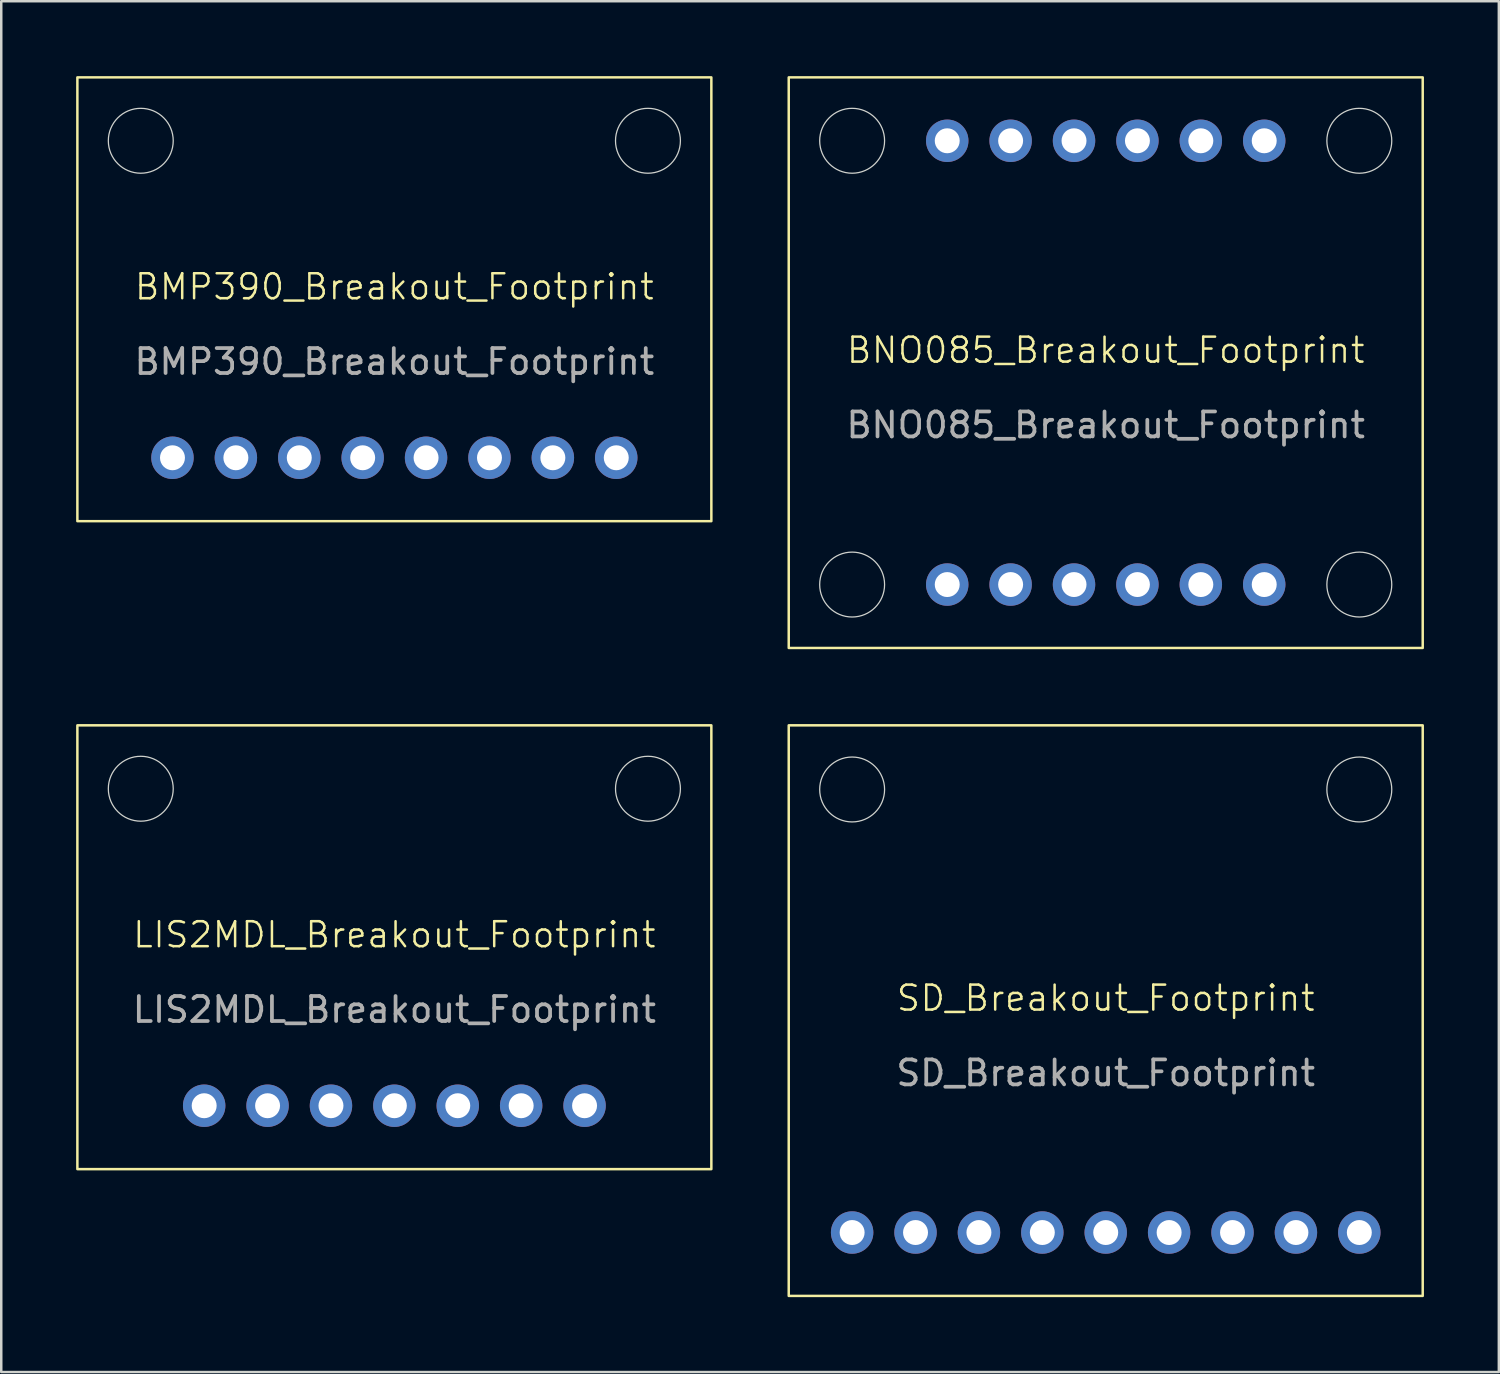
<source format=kicad_pcb>
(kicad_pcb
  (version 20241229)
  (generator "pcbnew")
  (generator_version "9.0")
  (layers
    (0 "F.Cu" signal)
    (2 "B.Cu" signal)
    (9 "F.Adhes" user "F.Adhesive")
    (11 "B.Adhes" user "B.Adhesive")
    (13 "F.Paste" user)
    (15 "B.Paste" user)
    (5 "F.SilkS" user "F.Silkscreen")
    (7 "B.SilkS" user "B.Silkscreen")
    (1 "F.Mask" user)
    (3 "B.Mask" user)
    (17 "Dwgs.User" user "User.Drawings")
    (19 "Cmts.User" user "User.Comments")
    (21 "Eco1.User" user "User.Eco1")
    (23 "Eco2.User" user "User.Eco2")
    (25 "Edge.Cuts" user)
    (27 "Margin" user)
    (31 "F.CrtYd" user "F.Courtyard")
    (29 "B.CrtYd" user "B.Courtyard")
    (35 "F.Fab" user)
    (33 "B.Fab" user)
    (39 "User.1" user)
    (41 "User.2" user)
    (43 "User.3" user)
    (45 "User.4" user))
  (footprint "LIS2MDL_Breakout_Footprint"
    (layer "F.Cu")
    (at 12.75 34.9)
    (property "Reference" "LIS2MDL_Breakout_Footprint" (at 0 -0.5 0) (unlocked yes) (layer "F.SilkS") (effects (font (size 1 1) (thickness 0.1))))
    (attr smd)
    (fp_rect (start -12.7 -8.89) (end 12.7 8.89) (stroke (width 0.1) (type solid)) (fill no) (layer "F.SilkS"))
    (fp_circle (center -10.16 -6.35) (end -8.86 -6.35) (stroke (width 0.05) (type solid)) (fill no) (layer "Edge.Cuts"))
    (fp_circle (center 10.16 -6.35) (end 11.46 -6.35) (stroke (width 0.05) (type solid)) (fill no) (layer "Edge.Cuts"))
    (fp_text user "${REFERENCE}" (at 0 2.5 0) (unlocked yes) (layer "F.Fab") (effects (font (size 1 1) (thickness 0.15))))
    (pad "1" thru_hole circle (at -7.62 6.35) (size 1.7 1.7) (drill 1) (layers "*.Cu" "*.Mask"))
    (pad "2" thru_hole circle (at -5.08 6.35) (size 1.7 1.7) (drill 1) (layers "*.Cu" "*.Mask"))
    (pad "3" thru_hole circle (at -2.54 6.35) (size 1.7 1.7) (drill 1) (layers "*.Cu" "*.Mask"))
    (pad "4" thru_hole circle (at 0 6.35) (size 1.7 1.7) (drill 1) (layers "*.Cu" "*.Mask"))
    (pad "5" thru_hole circle (at 2.54 6.35) (size 1.7 1.7) (drill 1) (layers "*.Cu" "*.Mask"))
    (pad "6" thru_hole circle (at 5.08 6.35) (size 1.7 1.7) (drill 1) (layers "*.Cu" "*.Mask"))
    (pad "7" thru_hole circle (at 7.62 6.35) (size 1.7 1.7) (drill 1) (layers "*.Cu" "*.Mask")))
  (footprint "BNO085_Breakout_Footprint"
    (layer "F.Cu")
    (at 41.25 11.48)
    (property "Reference" "BNO085_Breakout_Footprint" (at 0 -0.5 0) (unlocked yes) (layer "F.SilkS") (effects (font (size 1 1) (thickness 0.1))))
    (attr smd)
    (fp_rect (start -12.7 -11.43) (end 12.7 11.43) (stroke (width 0.1) (type solid)) (fill no) (layer "F.SilkS"))
    (fp_circle (center -10.16 -8.89) (end -8.86 -8.89) (stroke (width 0.05) (type solid)) (fill no) (layer "Edge.Cuts"))
    (fp_circle (center -10.16 8.89) (end -8.86 8.89) (stroke (width 0.05) (type solid)) (fill no) (layer "Edge.Cuts"))
    (fp_circle (center 10.16 -8.89) (end 11.46 -8.89) (stroke (width 0.05) (type solid)) (fill no) (layer "Edge.Cuts"))
    (fp_circle (center 10.16 8.89) (end 11.46 8.89) (stroke (width 0.05) (type solid)) (fill no) (layer "Edge.Cuts"))
    (fp_text user "${REFERENCE}" (at 0 2.5 0) (unlocked yes) (layer "F.Fab") (effects (font (size 1 1) (thickness 0.15))))
    (pad "1" thru_hole circle (at -6.35 8.89) (size 1.7 1.7) (drill 1) (layers "*.Cu" "*.Mask"))
    (pad "2" thru_hole circle (at -3.81 8.89) (size 1.7 1.7) (drill 1) (layers "*.Cu" "*.Mask"))
    (pad "3" thru_hole circle (at -1.27 8.89) (size 1.7 1.7) (drill 1) (layers "*.Cu" "*.Mask"))
    (pad "4" thru_hole circle (at 1.27 8.89) (size 1.7 1.7) (drill 1) (layers "*.Cu" "*.Mask"))
    (pad "5" thru_hole circle (at 3.81 8.89) (size 1.7 1.7) (drill 1) (layers "*.Cu" "*.Mask"))
    (pad "6" thru_hole circle (at 6.35 8.89) (size 1.7 1.7) (drill 1) (layers "*.Cu" "*.Mask"))
    (pad "7" thru_hole circle (at -6.35 -8.89) (size 1.7 1.7) (drill 1) (layers "*.Cu" "*.Mask"))
    (pad "8" thru_hole circle (at -3.81 -8.89) (size 1.7 1.7) (drill 1) (layers "*.Cu" "*.Mask"))
    (pad "9" thru_hole circle (at -1.27 -8.89) (size 1.7 1.7) (drill 1) (layers "*.Cu" "*.Mask"))
    (pad "10" thru_hole circle (at 1.27 -8.89) (size 1.7 1.7) (drill 1) (layers "*.Cu" "*.Mask"))
    (pad "11" thru_hole circle (at 3.81 -8.89) (size 1.7 1.7) (drill 1) (layers "*.Cu" "*.Mask"))
    (pad "12" thru_hole circle (at 6.35 -8.89) (size 1.7 1.7) (drill 1) (layers "*.Cu" "*.Mask")))
  (footprint "BMP390_Breakout_Footprint"
    (layer "F.Cu")
    (at 12.75 8.94)
    (property "Reference" "BMP390_Breakout_Footprint" (at 0 -0.5 0) (unlocked yes) (layer "F.SilkS") (effects (font (size 1 1) (thickness 0.1))))
    (attr smd)
    (fp_rect (start -12.7 -8.89) (end 12.7 8.89) (stroke (width 0.1) (type solid)) (fill no) (layer "F.SilkS"))
    (fp_circle (center -10.16 -6.35) (end -8.86 -6.35) (stroke (width 0.05) (type solid)) (fill no) (layer "Edge.Cuts"))
    (fp_circle (center 10.16 -6.35) (end 11.46 -6.35) (stroke (width 0.05) (type solid)) (fill no) (layer "Edge.Cuts"))
    (fp_text user "${REFERENCE}" (at 0 2.5 0) (unlocked yes) (layer "F.Fab") (effects (font (size 1 1) (thickness 0.15))))
    (pad "1" thru_hole circle (at -8.89 6.35) (size 1.7 1.7) (drill 1) (layers "*.Cu" "*.Mask"))
    (pad "2" thru_hole circle (at -6.35 6.35) (size 1.7 1.7) (drill 1) (layers "*.Cu" "*.Mask"))
    (pad "3" thru_hole circle (at -3.81 6.35) (size 1.7 1.7) (drill 1) (layers "*.Cu" "*.Mask"))
    (pad "4" thru_hole circle (at -1.27 6.35) (size 1.7 1.7) (drill 1) (layers "*.Cu" "*.Mask"))
    (pad "5" thru_hole circle (at 1.27 6.35) (size 1.7 1.7) (drill 1) (layers "*.Cu" "*.Mask"))
    (pad "6" thru_hole circle (at 3.81 6.35) (size 1.7 1.7) (drill 1) (layers "*.Cu" "*.Mask"))
    (pad "7" thru_hole circle (at 6.35 6.35) (size 1.7 1.7) (drill 1) (layers "*.Cu" "*.Mask"))
    (pad "8" thru_hole circle (at 8.89 6.35) (size 1.7 1.7) (drill 1) (layers "*.Cu" "*.Mask")))
  (footprint "SD_Breakout_Footprint"
    (layer "F.Cu")
    (at 41.25 37.44)
    (property "Reference" "SD_Breakout_Footprint" (at 0 -0.5 0) (unlocked yes) (layer "F.SilkS") (effects (font (size 1 1) (thickness 0.1))))
    (attr smd)
    (fp_rect (start -12.7 -11.43) (end 12.7 11.43) (stroke (width 0.1) (type solid)) (fill no) (layer "F.SilkS"))
    (fp_circle (center -10.16 -8.86) (end -8.86 -8.86) (stroke (width 0.05) (type solid)) (fill no) (layer "Edge.Cuts"))
    (fp_circle (center 10.16 -8.86) (end 11.46 -8.86) (stroke (width 0.05) (type solid)) (fill no) (layer "Edge.Cuts"))
    (fp_text user "${REFERENCE}" (at 0 2.5 0) (unlocked yes) (layer "F.Fab") (effects (font (size 1 1) (thickness 0.15))))
    (pad "1" thru_hole circle (at -10.16 8.89) (size 1.7 1.7) (drill 1) (layers "*.Cu" "*.Mask"))
    (pad "2" thru_hole circle (at -7.62 8.89) (size 1.7 1.7) (drill 1) (layers "*.Cu" "*.Mask"))
    (pad "3" thru_hole circle (at -5.08 8.89) (size 1.7 1.7) (drill 1) (layers "*.Cu" "*.Mask"))
    (pad "4" thru_hole circle (at -2.54 8.89) (size 1.7 1.7) (drill 1) (layers "*.Cu" "*.Mask"))
    (pad "5" thru_hole circle (at 0 8.89) (size 1.7 1.7) (drill 1) (layers "*.Cu" "*.Mask"))
    (pad "6" thru_hole circle (at 2.54 8.89) (size 1.7 1.7) (drill 1) (layers "*.Cu" "*.Mask"))
    (pad "7" thru_hole circle (at 5.08 8.89) (size 1.7 1.7) (drill 1) (layers "*.Cu" "*.Mask"))
    (pad "8" thru_hole circle (at 7.62 8.89) (size 1.7 1.7) (drill 1) (layers "*.Cu" "*.Mask"))
    (pad "9" thru_hole circle (at 10.16 8.89) (size 1.7 1.7) (drill 1) (layers "*.Cu" "*.Mask")))
  (gr_rect
    (start -3 -3)
    (end 57 51.92)
    (stroke (width 0.1) (type default))
    (fill no)
    (layer "Edge.Cuts")))
</source>
